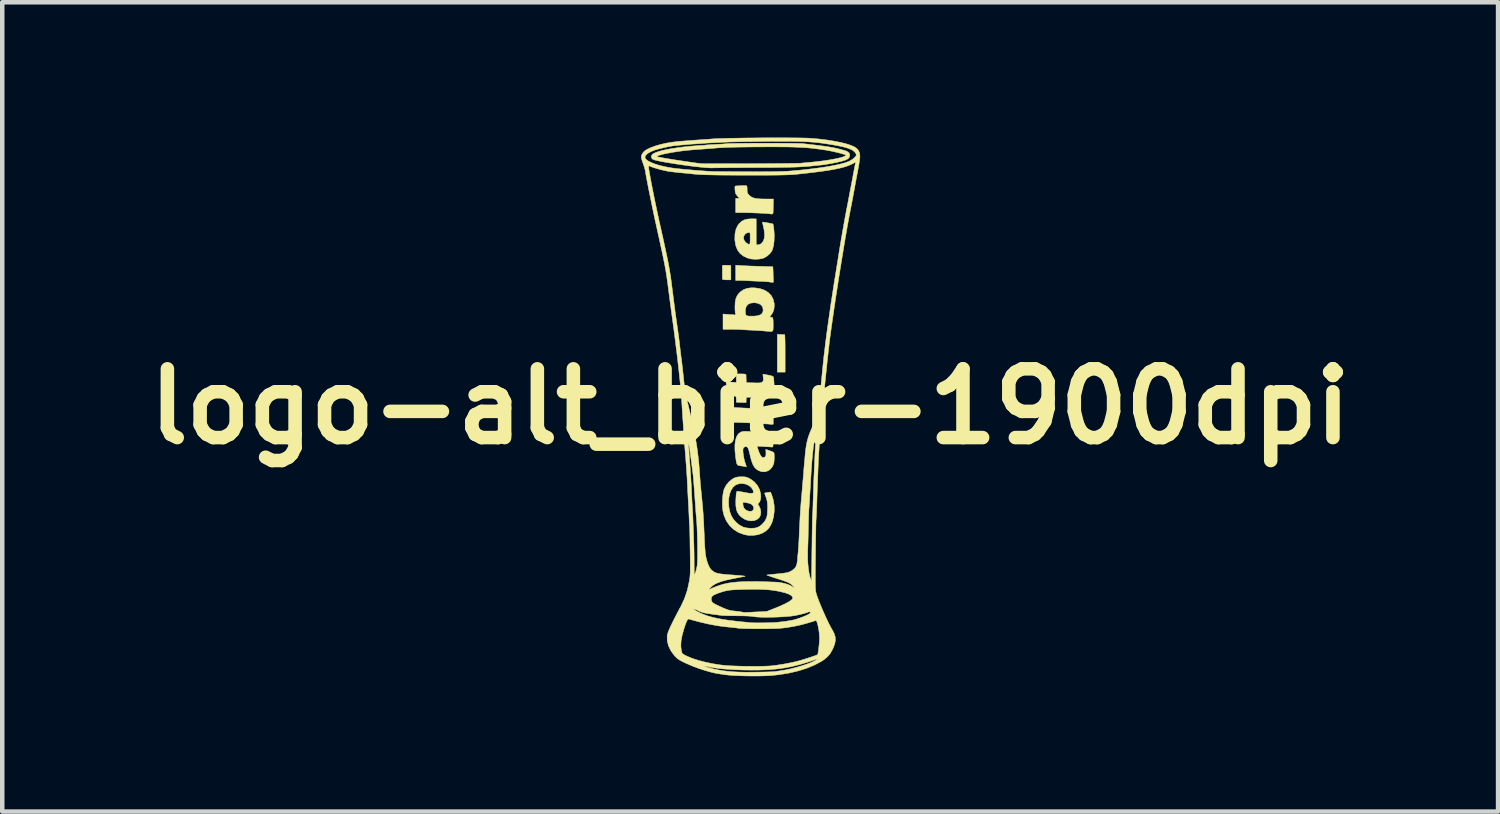
<source format=kicad_pcb>
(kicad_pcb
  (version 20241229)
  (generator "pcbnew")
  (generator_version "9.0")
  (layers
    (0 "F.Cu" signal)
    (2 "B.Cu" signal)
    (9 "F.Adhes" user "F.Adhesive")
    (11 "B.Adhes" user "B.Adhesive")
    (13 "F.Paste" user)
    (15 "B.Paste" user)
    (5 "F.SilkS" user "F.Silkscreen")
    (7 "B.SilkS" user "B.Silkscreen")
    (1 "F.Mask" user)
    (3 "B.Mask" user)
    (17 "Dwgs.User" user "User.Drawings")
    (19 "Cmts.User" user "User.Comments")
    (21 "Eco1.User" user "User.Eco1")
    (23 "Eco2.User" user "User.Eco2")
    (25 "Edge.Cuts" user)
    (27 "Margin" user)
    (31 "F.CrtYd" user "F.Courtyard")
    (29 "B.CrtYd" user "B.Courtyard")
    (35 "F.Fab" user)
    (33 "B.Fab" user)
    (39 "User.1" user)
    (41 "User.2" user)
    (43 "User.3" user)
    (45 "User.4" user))
  (footprint "logo-alt_bier-1900dpi"
    (layer "F.Cu")
    (at 13.578 5.96)
    (property "Reference" "logo-alt_bier-1900dpi" (at 0 0 0) (layer "F.SilkS") (effects (font (size 1.524 1.524) (thickness 0.3))))
    (attr through_hole)
    (fp_poly (pts (xy 0.678 -1.596) (xy 0.722 -1.594) (xy 0.754 -1.593) (xy 0.765 -1.592) (xy 0.768 -1.579) (xy 0.77 -1.542) (xy 0.772 -1.485) (xy 0.774 -1.411) (xy 0.775 -1.324) (xy 0.775 -1.225) (xy 0.775 -1.176) (xy 0.775 -0.762) (xy 0.602 -0.762) (xy 0.602 -1.6) (xy 0.678 -1.596)) (stroke (width 0.01) (type solid)) (fill yes) (layer "F.SilkS"))
    (fp_poly (pts (xy -0.521 -3.13) (xy -0.428 -3.126) (xy -0.428 -2.807) (xy -0.521 -2.807) (xy -0.576 -2.809) (xy -0.607 -2.815) (xy -0.615 -2.824) (xy -0.616 -2.851) (xy -0.616 -2.895) (xy -0.616 -2.949) (xy -0.616 -3.005) (xy -0.616 -3.056) (xy -0.616 -3.096) (xy -0.616 -3.115) (xy -0.611 -3.125) (xy -0.592 -3.131) (xy -0.556 -3.132) (xy -0.521 -3.13)) (stroke (width 0.01) (type solid)) (fill yes) (layer "F.SilkS"))
    (fp_poly (pts (xy -0.197 -3.123) (xy -0.145 -3.12) (xy -0.073 -3.117) (xy 0.014 -3.113) (xy 0.107 -3.11) (xy 0.202 -3.107) (xy 0.214 -3.107) (xy 0.298 -3.104) (xy 0.373 -3.102) (xy 0.435 -3.1) (xy 0.479 -3.098) (xy 0.501 -3.097) (xy 0.503 -3.097) (xy 0.504 -3.083) (xy 0.506 -3.048) (xy 0.508 -2.997) (xy 0.51 -2.934) (xy 0.51 -2.924) (xy 0.516 -2.754) (xy 0.474 -2.754) (xy 0.443 -2.756) (xy 0.426 -2.76) (xy 0.426 -2.76) (xy 0.411 -2.763) (xy 0.374 -2.766) (xy 0.321 -2.77) (xy 0.255 -2.773) (xy 0.22 -2.774) (xy 0.143 -2.778) (xy 0.07 -2.781) (xy 0.008 -2.784) (xy -0.037 -2.787) (xy -0.047 -2.787) (xy -0.095 -2.79) (xy -0.156 -2.792) (xy -0.217 -2.793) (xy -0.321 -2.794) (xy -0.321 -3.132) (xy -0.197 -3.123)) (stroke (width 0.01) (type solid)) (fill yes) (layer "F.SilkS"))
    (fp_poly (pts (xy -0.529 0.011) (xy -0.479 0.014) (xy -0.465 0.015) (xy -0.413 0.019) (xy -0.342 0.023) (xy -0.26 0.028) (xy -0.175 0.032) (xy -0.142 0.034) (xy -0.066 0.037) (xy 0.004 0.041) (xy 0.062 0.044) (xy 0.101 0.047) (xy 0.114 0.048) (xy 0.142 0.05) (xy 0.191 0.052) (xy 0.253 0.053) (xy 0.322 0.055) (xy 0.325 0.055) (xy 0.389 0.057) (xy 0.444 0.06) (xy 0.484 0.064) (xy 0.502 0.069) (xy 0.503 0.07) (xy 0.506 0.087) (xy 0.509 0.126) (xy 0.51 0.18) (xy 0.511 0.238) (xy 0.511 0.394) (xy 0.476 0.396) (xy 0.449 0.395) (xy 0.438 0.393) (xy 0.424 0.391) (xy 0.388 0.388) (xy 0.335 0.385) (xy 0.271 0.382) (xy 0.247 0.381) (xy 0.176 0.377) (xy 0.113 0.373) (xy 0.063 0.37) (xy 0.032 0.367) (xy 0.027 0.367) (xy 0.005 0.365) (xy -0.04 0.362) (xy -0.103 0.36) (xy -0.18 0.357) (xy -0.266 0.354) (xy -0.304 0.353) (xy -0.602 0.343) (xy -0.602 0.18) (xy -0.6 0.101) (xy -0.597 0.047) (xy -0.591 0.016) (xy -0.587 0.011) (xy -0.568 0.01) (xy -0.529 0.011)) (stroke (width 0.01) (type solid)) (fill yes) (layer "F.SilkS"))
    (fp_poly (pts (xy -0.095 -4.894) (xy -0.09 -4.894) (xy -0.077 -4.889) (xy -0.07 -4.873) (xy -0.067 -4.838) (xy -0.067 -4.811) (xy -0.066 -4.764) (xy -0.059 -4.733) (xy -0.043 -4.707) (xy -0.017 -4.679) (xy 0.018 -4.65) (xy 0.058 -4.629) (xy 0.108 -4.614) (xy 0.173 -4.605) (xy 0.256 -4.6) (xy 0.345 -4.599) (xy 0.515 -4.599) (xy 0.512 -4.462) (xy 0.511 -4.401) (xy 0.51 -4.347) (xy 0.509 -4.308) (xy 0.509 -4.295) (xy 0.501 -4.271) (xy 0.477 -4.265) (xy 0.45 -4.267) (xy 0.44 -4.27) (xy 0.425 -4.273) (xy 0.388 -4.276) (xy 0.333 -4.279) (xy 0.264 -4.283) (xy 0.186 -4.287) (xy 0.104 -4.29) (xy 0.021 -4.293) (xy -0.058 -4.296) (xy -0.128 -4.297) (xy -0.184 -4.298) (xy -0.321 -4.298) (xy -0.321 -4.455) (xy -0.321 -4.612) (xy -0.236 -4.612) (xy -0.27 -4.649) (xy -0.298 -4.683) (xy -0.32 -4.715) (xy -0.321 -4.717) (xy -0.329 -4.745) (xy -0.335 -4.784) (xy -0.338 -4.827) (xy -0.338 -4.864) (xy -0.333 -4.885) (xy -0.333 -4.885) (xy -0.318 -4.888) (xy -0.284 -4.89) (xy -0.238 -4.892) (xy -0.186 -4.894) (xy -0.136 -4.894) (xy -0.095 -4.894)) (stroke (width 0.01) (type solid)) (fill yes) (layer "F.SilkS"))
    (fp_poly (pts (xy -0.141 -0.72) (xy -0.106 -0.716) (xy -0.093 -0.707) (xy -0.092 -0.705) (xy -0.091 -0.683) (xy -0.09 -0.645) (xy -0.089 -0.608) (xy -0.087 -0.528) (xy 0.078 -0.524) (xy 0.149 -0.522) (xy 0.198 -0.523) (xy 0.231 -0.526) (xy 0.252 -0.532) (xy 0.267 -0.541) (xy 0.27 -0.544) (xy 0.286 -0.562) (xy 0.292 -0.586) (xy 0.291 -0.624) (xy 0.289 -0.642) (xy 0.282 -0.717) (xy 0.394 -0.697) (xy 0.46 -0.683) (xy 0.5 -0.67) (xy 0.515 -0.656) (xy 0.52 -0.634) (xy 0.524 -0.593) (xy 0.528 -0.538) (xy 0.53 -0.495) (xy 0.533 -0.43) (xy 0.532 -0.384) (xy 0.528 -0.351) (xy 0.52 -0.323) (xy 0.506 -0.294) (xy 0.483 -0.256) (xy 0.459 -0.227) (xy 0.428 -0.208) (xy 0.386 -0.197) (xy 0.329 -0.192) (xy 0.254 -0.192) (xy 0.18 -0.194) (xy 0.107 -0.197) (xy 0.041 -0.2) (xy -0.012 -0.203) (xy -0.046 -0.205) (xy -0.053 -0.205) (xy -0.074 -0.204) (xy -0.084 -0.193) (xy -0.088 -0.164) (xy -0.088 -0.147) (xy -0.09 -0.087) (xy -0.142 -0.087) (xy -0.191 -0.088) (xy -0.244 -0.09) (xy -0.251 -0.091) (xy -0.307 -0.095) (xy -0.307 -0.161) (xy -0.309 -0.202) (xy -0.316 -0.222) (xy -0.33 -0.228) (xy -0.331 -0.228) (xy -0.37 -0.231) (xy -0.412 -0.237) (xy -0.448 -0.244) (xy -0.468 -0.251) (xy -0.469 -0.252) (xy -0.474 -0.267) (xy -0.484 -0.302) (xy -0.495 -0.349) (xy -0.508 -0.402) (xy -0.519 -0.455) (xy -0.529 -0.5) (xy -0.534 -0.53) (xy -0.535 -0.538) (xy -0.522 -0.542) (xy -0.49 -0.543) (xy -0.442 -0.542) (xy -0.421 -0.54) (xy -0.307 -0.532) (xy -0.307 -0.722) (xy -0.201 -0.722) (xy -0.141 -0.72)) (stroke (width 0.01) (type solid)) (fill yes) (layer "F.SilkS"))
    (fp_poly (pts (xy 0.09 -4.159) (xy 0.134 -4.158) (xy 0.134 -3.583) (xy 0.172 -3.583) (xy 0.211 -3.591) (xy 0.244 -3.609) (xy 0.287 -3.659) (xy 0.312 -3.725) (xy 0.319 -3.809) (xy 0.309 -3.912) (xy 0.295 -3.977) (xy 0.284 -4.027) (xy 0.276 -4.065) (xy 0.272 -4.085) (xy 0.273 -4.087) (xy 0.286 -4.087) (xy 0.319 -4.082) (xy 0.363 -4.075) (xy 0.41 -4.067) (xy 0.455 -4.058) (xy 0.488 -4.051) (xy 0.503 -4.047) (xy 0.503 -4.046) (xy 0.511 -4.027) (xy 0.518 -3.986) (xy 0.525 -3.931) (xy 0.53 -3.866) (xy 0.534 -3.799) (xy 0.534 -3.791) (xy 0.531 -3.676) (xy 0.519 -3.573) (xy 0.498 -3.489) (xy 0.481 -3.448) (xy 0.439 -3.39) (xy 0.38 -3.337) (xy 0.313 -3.296) (xy 0.276 -3.282) (xy 0.197 -3.267) (xy 0.108 -3.263) (xy 0.021 -3.27) (xy -0.049 -3.287) (xy -0.147 -3.332) (xy -0.224 -3.392) (xy -0.281 -3.47) (xy -0.319 -3.565) (xy -0.338 -3.679) (xy -0.34 -3.71) (xy -0.34 -3.722) (xy -0.147 -3.722) (xy -0.126 -3.671) (xy -0.102 -3.642) (xy -0.069 -3.614) (xy -0.038 -3.598) (xy -0.028 -3.596) (xy -0.015 -3.598) (xy -0.007 -3.606) (xy -0.003 -3.625) (xy -0.001 -3.66) (xy -0.00001 -3.715) (xy 0 -3.731) (xy -0.000479 -3.793) (xy -0.002 -3.832) (xy -0.006 -3.852) (xy -0.013 -3.859) (xy -0.021 -3.858) (xy -0.052 -3.851) (xy -0.062 -3.85) (xy -0.084 -3.841) (xy -0.112 -3.82) (xy -0.114 -3.817) (xy -0.143 -3.772) (xy -0.147 -3.722) (xy -0.34 -3.722) (xy -0.336 -3.832) (xy -0.312 -3.936) (xy -0.268 -4.023) (xy -0.225 -4.073) (xy -0.177 -4.112) (xy -0.123 -4.139) (xy -0.059 -4.154) (xy 0.021 -4.16) (xy 0.09 -4.159)) (stroke (width 0.01) (type solid)) (fill yes) (layer "F.SilkS"))
    (fp_poly (pts (xy 0.099 -2.63) (xy 0.217 -2.613) (xy 0.318 -2.578) (xy 0.402 -2.526) (xy 0.467 -2.458) (xy 0.511 -2.376) (xy 0.533 -2.282) (xy 0.535 -2.239) (xy 0.527 -2.154) (xy 0.5 -2.081) (xy 0.466 -2.029) (xy 0.444 -1.997) (xy 0.441 -1.98) (xy 0.46 -1.976) (xy 0.477 -1.977) (xy 0.491 -1.975) (xy 0.501 -1.96) (xy 0.507 -1.931) (xy 0.51 -1.882) (xy 0.511 -1.81) (xy 0.511 -1.807) (xy 0.51 -1.744) (xy 0.508 -1.701) (xy 0.499 -1.676) (xy 0.479 -1.664) (xy 0.444 -1.662) (xy 0.39 -1.666) (xy 0.341 -1.671) (xy 0.288 -1.676) (xy 0.217 -1.681) (xy 0.135 -1.686) (xy 0.051 -1.69) (xy 0.027 -1.692) (xy -0.046 -1.695) (xy -0.111 -1.699) (xy -0.161 -1.702) (xy -0.193 -1.704) (xy -0.201 -1.705) (xy -0.221 -1.707) (xy -0.262 -1.708) (xy -0.319 -1.709) (xy -0.387 -1.71) (xy -0.411 -1.71) (xy -0.602 -1.711) (xy -0.602 -2.049) (xy -0.46 -2.039) (xy -0.318 -2.029) (xy -0.328 -2.059) (xy -0.332 -2.085) (xy -0.334 -2.123) (xy -0.107 -2.123) (xy -0.105 -2.067) (xy -0.098 -2.032) (xy -0.08 -2.014) (xy -0.047 -2.005) (xy -0.009 -2.003) (xy 0.096 -2.003) (xy 0.177 -2.014) (xy 0.234 -2.036) (xy 0.253 -2.051) (xy 0.277 -2.085) (xy 0.287 -2.125) (xy 0.287 -2.145) (xy 0.276 -2.205) (xy 0.242 -2.251) (xy 0.188 -2.282) (xy 0.115 -2.298) (xy 0.08 -2.299) (xy 0.005 -2.29) (xy -0.051 -2.262) (xy -0.088 -2.215) (xy -0.106 -2.151) (xy -0.107 -2.123) (xy -0.334 -2.123) (xy -0.335 -2.13) (xy -0.337 -2.187) (xy -0.337 -2.218) (xy -0.332 -2.317) (xy -0.315 -2.398) (xy -0.284 -2.464) (xy -0.237 -2.521) (xy -0.217 -2.541) (xy -0.147 -2.589) (xy -0.067 -2.619) (xy 0.027 -2.631) (xy 0.099 -2.63)) (stroke (width 0.01) (type solid)) (fill yes) (layer "F.SilkS"))
    (fp_poly (pts (xy -0.039 0.553) (xy 0.012 0.555) (xy 0.077 0.559) (xy 0.131 0.563) (xy 0.17 0.566) (xy 0.188 0.569) (xy 0.188 0.569) (xy 0.204 0.571) (xy 0.241 0.573) (xy 0.293 0.575) (xy 0.352 0.577) (xy 0.42 0.579) (xy 0.466 0.582) (xy 0.493 0.586) (xy 0.506 0.593) (xy 0.509 0.601) (xy 0.509 0.622) (xy 0.509 0.664) (xy 0.509 0.719) (xy 0.509 0.762) (xy 0.509 0.825) (xy 0.507 0.866) (xy 0.503 0.889) (xy 0.496 0.899) (xy 0.486 0.9) (xy 0.486 0.9) (xy 0.463 0.898) (xy 0.421 0.895) (xy 0.364 0.892) (xy 0.306 0.888) (xy 0.151 0.879) (xy 0.183 0.978) (xy 0.203 1.03) (xy 0.225 1.076) (xy 0.246 1.107) (xy 0.247 1.109) (xy 0.272 1.13) (xy 0.294 1.133) (xy 0.314 1.126) (xy 0.334 1.113) (xy 0.346 1.093) (xy 0.35 1.06) (xy 0.349 1.008) (xy 0.349 1) (xy 0.346 0.95) (xy 0.43 0.979) (xy 0.475 0.995) (xy 0.509 1.011) (xy 0.525 1.021) (xy 0.531 1.045) (xy 0.534 1.086) (xy 0.534 1.138) (xy 0.532 1.193) (xy 0.527 1.242) (xy 0.521 1.273) (xy 0.493 1.334) (xy 0.449 1.388) (xy 0.401 1.424) (xy 0.329 1.448) (xy 0.256 1.446) (xy 0.191 1.423) (xy 0.143 1.394) (xy 0.104 1.357) (xy 0.071 1.308) (xy 0.043 1.243) (xy 0.017 1.159) (xy -0.006 1.063) (xy -0.019 1.01) (xy -0.032 0.963) (xy -0.042 0.933) (xy -0.066 0.898) (xy -0.097 0.887) (xy -0.132 0.901) (xy -0.136 0.905) (xy -0.15 0.92) (xy -0.158 0.94) (xy -0.16 0.971) (xy -0.157 1.021) (xy -0.157 1.029) (xy -0.148 1.094) (xy -0.134 1.168) (xy -0.116 1.234) (xy -0.082 1.339) (xy -0.111 1.332) (xy -0.141 1.326) (xy -0.185 1.319) (xy -0.212 1.316) (xy -0.246 1.31) (xy -0.27 1.302) (xy -0.287 1.285) (xy -0.3 1.257) (xy -0.309 1.213) (xy -0.319 1.149) (xy -0.324 1.113) (xy -0.338 0.969) (xy -0.338 0.846) (xy -0.324 0.743) (xy -0.298 0.662) (xy -0.258 0.603) (xy -0.205 0.566) (xy -0.178 0.557) (xy -0.145 0.552) (xy -0.1 0.551) (xy -0.039 0.553)) (stroke (width 0.01) (type solid)) (fill yes) (layer "F.SilkS"))
    (fp_poly (pts (xy -0.136 1.559) (xy -0.095 1.564) (xy -0.058 1.576) (xy -0.014 1.597) (xy -0.002 1.603) (xy 0.088 1.667) (xy 0.159 1.748) (xy 0.209 1.843) (xy 0.234 1.945) (xy 0.237 2.006) (xy 0.229 2.063) (xy 0.213 2.111) (xy 0.19 2.14) (xy 0.188 2.141) (xy 0.174 2.153) (xy 0.173 2.166) (xy 0.187 2.19) (xy 0.195 2.202) (xy 0.224 2.265) (xy 0.237 2.336) (xy 0.23 2.403) (xy 0.228 2.412) (xy 0.197 2.468) (xy 0.148 2.507) (xy 0.088 2.53) (xy 0.019 2.536) (xy -0.055 2.525) (xy -0.128 2.497) (xy -0.196 2.451) (xy -0.216 2.434) (xy -0.258 2.386) (xy -0.288 2.334) (xy -0.308 2.273) (xy -0.317 2.199) (xy -0.318 2.165) (xy -0.16 2.165) (xy -0.154 2.208) (xy -0.14 2.248) (xy -0.109 2.284) (xy -0.066 2.31) (xy -0.018 2.324) (xy 0.027 2.322) (xy 0.059 2.305) (xy 0.079 2.269) (xy 0.076 2.228) (xy 0.053 2.189) (xy 0.015 2.16) (xy -0.021 2.147) (xy -0.069 2.135) (xy -0.091 2.131) (xy -0.16 2.122) (xy -0.16 2.165) (xy -0.318 2.165) (xy -0.319 2.106) (xy -0.317 2.054) (xy -0.313 1.991) (xy -0.309 1.938) (xy -0.303 1.9) (xy -0.298 1.884) (xy -0.281 1.881) (xy -0.243 1.884) (xy -0.191 1.892) (xy -0.153 1.899) (xy -0.067 1.916) (xy -0.003 1.924) (xy 0.04 1.925) (xy 0.064 1.917) (xy 0.073 1.899) (xy 0.069 1.872) (xy 0.065 1.859) (xy 0.029 1.8) (xy -0.026 1.754) (xy -0.093 1.722) (xy -0.167 1.708) (xy -0.243 1.711) (xy -0.314 1.735) (xy -0.321 1.739) (xy -0.376 1.785) (xy -0.421 1.851) (xy -0.453 1.933) (xy -0.473 2.026) (xy -0.479 2.127) (xy -0.472 2.231) (xy -0.451 2.334) (xy -0.419 2.421) (xy -0.373 2.498) (xy -0.309 2.57) (xy -0.233 2.631) (xy -0.155 2.672) (xy -0.154 2.673) (xy -0.076 2.692) (xy 0.011 2.7) (xy 0.096 2.696) (xy 0.149 2.685) (xy 0.213 2.654) (xy 0.274 2.603) (xy 0.326 2.539) (xy 0.344 2.508) (xy 0.36 2.472) (xy 0.372 2.435) (xy 0.379 2.39) (xy 0.383 2.33) (xy 0.385 2.296) (xy 0.386 2.195) (xy 0.379 2.112) (xy 0.362 2.039) (xy 0.338 1.975) (xy 0.326 1.943) (xy 0.321 1.922) (xy 0.322 1.92) (xy 0.337 1.915) (xy 0.37 1.909) (xy 0.389 1.906) (xy 0.451 1.897) (xy 0.478 1.961) (xy 0.513 2.072) (xy 0.532 2.193) (xy 0.534 2.318) (xy 0.52 2.44) (xy 0.49 2.553) (xy 0.462 2.617) (xy 0.428 2.675) (xy 0.393 2.719) (xy 0.348 2.759) (xy 0.331 2.772) (xy 0.255 2.815) (xy 0.163 2.844) (xy 0.062 2.858) (xy -0.042 2.856) (xy -0.13 2.84) (xy -0.255 2.794) (xy -0.364 2.726) (xy -0.455 2.64) (xy -0.528 2.536) (xy -0.579 2.417) (xy -0.605 2.311) (xy -0.614 2.228) (xy -0.616 2.134) (xy -0.612 2.038) (xy -0.603 1.947) (xy -0.588 1.869) (xy -0.576 1.83) (xy -0.531 1.744) (xy -0.468 1.668) (xy -0.394 1.608) (xy -0.369 1.594) (xy -0.327 1.575) (xy -0.286 1.564) (xy -0.235 1.559) (xy -0.194 1.558) (xy -0.136 1.559)) (stroke (width 0.01) (type solid)) (fill yes) (layer "F.SilkS"))
    (fp_poly (pts (xy 0.553 -5.836) (xy 0.678 -5.835) (xy 0.795 -5.835) (xy 0.901 -5.834) (xy 0.993 -5.833) (xy 1.069 -5.831) (xy 1.124 -5.83) (xy 1.156 -5.828) (xy 1.342 -5.807) (xy 1.503 -5.788) (xy 1.638 -5.77) (xy 1.751 -5.753) (xy 1.841 -5.737) (xy 1.885 -5.728) (xy 1.986 -5.704) (xy 2.064 -5.683) (xy 2.122 -5.665) (xy 2.161 -5.646) (xy 2.187 -5.626) (xy 2.201 -5.604) (xy 2.206 -5.577) (xy 2.206 -5.568) (xy 2.201 -5.535) (xy 2.184 -5.506) (xy 2.152 -5.481) (xy 2.103 -5.459) (xy 2.034 -5.438) (xy 1.943 -5.416) (xy 1.876 -5.402) (xy 1.799 -5.387) (xy 1.723 -5.374) (xy 1.658 -5.363) (xy 1.608 -5.356) (xy 1.598 -5.355) (xy 1.546 -5.35) (xy 1.481 -5.343) (xy 1.412 -5.336) (xy 1.39 -5.334) (xy 1.319 -5.326) (xy 1.246 -5.32) (xy 1.167 -5.315) (xy 1.082 -5.31) (xy 0.987 -5.306) (xy 0.88 -5.303) (xy 0.759 -5.301) (xy 0.621 -5.299) (xy 0.464 -5.297) (xy 0.286 -5.296) (xy 0.083 -5.296) (xy 0.048 -5.295) (xy -0.1 -5.295) (xy -0.241 -5.294) (xy -0.372 -5.294) (xy -0.491 -5.293) (xy -0.595 -5.292) (xy -0.682 -5.291) (xy -0.75 -5.29) (xy -0.797 -5.29) (xy -0.82 -5.289) (xy -0.821 -5.289) (xy -0.845 -5.288) (xy -0.89 -5.289) (xy -0.947 -5.292) (xy -0.996 -5.295) (xy -1.081 -5.303) (xy -1.182 -5.314) (xy -1.294 -5.327) (xy -1.413 -5.343) (xy -1.535 -5.36) (xy -1.657 -5.378) (xy -1.773 -5.397) (xy -1.88 -5.414) (xy -1.973 -5.431) (xy -2.049 -5.447) (xy -2.103 -5.459) (xy -2.109 -5.461) (xy -2.152 -5.477) (xy -2.176 -5.493) (xy -2.187 -5.516) (xy -2.188 -5.517) (xy -2.189 -5.542) (xy -2.068 -5.542) (xy -2.051 -5.534) (xy -2.027 -5.528) (xy -1.98 -5.519) (xy -1.914 -5.507) (xy -1.833 -5.493) (xy -1.741 -5.478) (xy -1.642 -5.462) (xy -1.539 -5.447) (xy -1.436 -5.431) (xy -1.337 -5.417) (xy -1.246 -5.404) (xy -1.167 -5.393) (xy -1.103 -5.385) (xy -1.076 -5.383) (xy -1.052 -5.382) (xy -1.004 -5.381) (xy -0.935 -5.38) (xy -0.847 -5.38) (xy -0.742 -5.38) (xy -0.624 -5.38) (xy -0.495 -5.38) (xy -0.356 -5.38) (xy -0.212 -5.38) (xy -0.063 -5.381) (xy 0.087 -5.381) (xy 0.236 -5.382) (xy 0.381 -5.383) (xy 0.52 -5.384) (xy 0.65 -5.385) (xy 0.77 -5.386) (xy 0.875 -5.387) (xy 0.965 -5.388) (xy 1.036 -5.389) (xy 1.087 -5.39) (xy 1.113 -5.391) (xy 1.116 -5.392) (xy 1.149 -5.396) (xy 1.198 -5.401) (xy 1.255 -5.406) (xy 1.263 -5.407) (xy 1.391 -5.418) (xy 1.515 -5.432) (xy 1.635 -5.447) (xy 1.747 -5.464) (xy 1.849 -5.482) (xy 1.939 -5.5) (xy 2.013 -5.518) (xy 2.07 -5.536) (xy 2.106 -5.552) (xy 2.12 -5.568) (xy 2.117 -5.575) (xy 2.098 -5.584) (xy 2.058 -5.597) (xy 2.001 -5.613) (xy 1.934 -5.629) (xy 1.86 -5.647) (xy 1.785 -5.663) (xy 1.714 -5.676) (xy 1.652 -5.687) (xy 1.651 -5.687) (xy 1.544 -5.702) (xy 1.445 -5.715) (xy 1.351 -5.726) (xy 1.259 -5.735) (xy 1.164 -5.741) (xy 1.062 -5.746) (xy 0.951 -5.75) (xy 0.825 -5.753) (xy 0.682 -5.754) (xy 0.518 -5.755) (xy 0.441 -5.755) (xy 0.25 -5.754) (xy 0.068 -5.753) (xy -0.104 -5.751) (xy -0.263 -5.749) (xy -0.406 -5.746) (xy -0.532 -5.742) (xy -0.637 -5.737) (xy -0.72 -5.732) (xy -0.769 -5.728) (xy -0.808 -5.724) (xy -0.858 -5.72) (xy -0.922 -5.715) (xy -1.002 -5.709) (xy -1.104 -5.702) (xy -1.203 -5.695) (xy -1.33 -5.684) (xy -1.46 -5.671) (xy -1.589 -5.654) (xy -1.711 -5.635) (xy -1.823 -5.615) (xy -1.921 -5.595) (xy -1.999 -5.574) (xy -2.039 -5.561) (xy -2.065 -5.55) (xy -2.068 -5.542) (xy -2.189 -5.542) (xy -2.189 -5.551) (xy -2.175 -5.58) (xy -2.142 -5.607) (xy -2.088 -5.632) (xy -2.011 -5.657) (xy -1.945 -5.675) (xy -1.847 -5.697) (xy -1.728 -5.718) (xy -1.595 -5.738) (xy -1.454 -5.756) (xy -1.312 -5.77) (xy -1.175 -5.781) (xy -1.143 -5.783) (xy -1.08 -5.787) (xy -1.028 -5.79) (xy -0.991 -5.794) (xy -0.976 -5.796) (xy -0.976 -5.796) (xy -0.961 -5.798) (xy -0.924 -5.8) (xy -0.87 -5.804) (xy -0.803 -5.807) (xy -0.768 -5.809) (xy -0.695 -5.812) (xy -0.629 -5.816) (xy -0.576 -5.82) (xy -0.542 -5.823) (xy -0.535 -5.825) (xy -0.511 -5.827) (xy -0.464 -5.829) (xy -0.396 -5.83) (xy -0.31 -5.832) (xy -0.209 -5.833) (xy -0.095 -5.834) (xy 0.027 -5.835) (xy 0.156 -5.836) (xy 0.289 -5.836) (xy 0.422 -5.836) (xy 0.553 -5.836)) (stroke (width 0.01) (type solid)) (fill yes) (layer "F.SilkS"))
    (fp_poly (pts (xy 0.815 -5.955) (xy 0.95 -5.954) (xy 1.072 -5.953) (xy 1.178 -5.951) (xy 1.264 -5.949) (xy 1.329 -5.946) (xy 1.337 -5.945) (xy 1.516 -5.93) (xy 1.694 -5.908) (xy 1.864 -5.881) (xy 2.019 -5.85) (xy 2.127 -5.823) (xy 2.23 -5.79) (xy 2.31 -5.755) (xy 2.367 -5.715) (xy 2.405 -5.668) (xy 2.426 -5.612) (xy 2.433 -5.544) (xy 2.433 -5.543) (xy 2.43 -5.507) (xy 2.423 -5.45) (xy 2.412 -5.378) (xy 2.398 -5.296) (xy 2.382 -5.209) (xy 2.38 -5.198) (xy 2.362 -5.106) (xy 2.345 -5.013) (xy 2.329 -4.927) (xy 2.315 -4.853) (xy 2.306 -4.799) (xy 2.306 -4.799) (xy 2.296 -4.748) (xy 2.283 -4.676) (xy 2.267 -4.59) (xy 2.249 -4.496) (xy 2.23 -4.4) (xy 2.224 -4.371) (xy 2.199 -4.242) (xy 2.171 -4.089) (xy 2.14 -3.916) (xy 2.107 -3.726) (xy 2.073 -3.523) (xy 2.038 -3.309) (xy 2.002 -3.089) (xy 1.966 -2.865) (xy 1.931 -2.64) (xy 1.897 -2.419) (xy 1.865 -2.203) (xy 1.835 -1.997) (xy 1.807 -1.804) (xy 1.782 -1.626) (xy 1.761 -1.468) (xy 1.758 -1.444) (xy 1.749 -1.365) (xy 1.737 -1.264) (xy 1.724 -1.143) (xy 1.709 -1.006) (xy 1.693 -0.856) (xy 1.677 -0.698) (xy 1.66 -0.534) (xy 1.643 -0.367) (xy 1.627 -0.203) (xy 1.611 -0.043) (xy 1.596 0.108) (xy 1.583 0.247) (xy 1.578 0.307) (xy 1.57 0.399) (xy 1.562 0.485) (xy 1.555 0.562) (xy 1.549 0.623) (xy 1.545 0.665) (xy 1.544 0.675) (xy 1.541 0.719) (xy 1.536 0.78) (xy 1.532 0.846) (xy 1.531 0.869) (xy 1.527 0.94) (xy 1.522 1.016) (xy 1.518 1.082) (xy 1.517 1.096) (xy 1.515 1.147) (xy 1.511 1.217) (xy 1.508 1.296) (xy 1.505 1.378) (xy 1.504 1.397) (xy 1.501 1.486) (xy 1.497 1.582) (xy 1.494 1.675) (xy 1.491 1.753) (xy 1.491 1.758) (xy 1.488 1.825) (xy 1.485 1.91) (xy 1.482 2.007) (xy 1.479 2.106) (xy 1.476 2.186) (xy 1.473 2.271) (xy 1.47 2.35) (xy 1.467 2.417) (xy 1.464 2.468) (xy 1.462 2.498) (xy 1.462 2.5) (xy 1.46 2.522) (xy 1.459 2.568) (xy 1.457 2.635) (xy 1.456 2.722) (xy 1.454 2.825) (xy 1.452 2.942) (xy 1.45 3.07) (xy 1.449 3.207) (xy 1.448 3.309) (xy 1.446 3.471) (xy 1.445 3.609) (xy 1.444 3.724) (xy 1.444 3.82) (xy 1.444 3.898) (xy 1.445 3.961) (xy 1.446 4.011) (xy 1.448 4.05) (xy 1.451 4.081) (xy 1.454 4.105) (xy 1.459 4.126) (xy 1.464 4.145) (xy 1.468 4.158) (xy 1.493 4.233) (xy 1.528 4.325) (xy 1.57 4.427) (xy 1.616 4.535) (xy 1.664 4.642) (xy 1.711 4.744) (xy 1.755 4.834) (xy 1.795 4.908) (xy 1.815 4.943) (xy 1.859 5.026) (xy 1.884 5.102) (xy 1.89 5.178) (xy 1.876 5.257) (xy 1.843 5.347) (xy 1.817 5.401) (xy 1.771 5.48) (xy 1.714 5.546) (xy 1.642 5.607) (xy 1.575 5.652) (xy 1.424 5.732) (xy 1.251 5.803) (xy 1.059 5.863) (xy 0.852 5.911) (xy 0.632 5.946) (xy 0.481 5.962) (xy 0.39 5.968) (xy 0.278 5.972) (xy 0.152 5.974) (xy 0.019 5.974) (xy -0.115 5.972) (xy -0.243 5.968) (xy -0.359 5.963) (xy -0.457 5.956) (xy -0.475 5.954) (xy -0.557 5.945) (xy -0.647 5.932) (xy -0.731 5.919) (xy -0.788 5.908) (xy -0.895 5.882) (xy -1.018 5.846) (xy -1.148 5.803) (xy -1.275 5.755) (xy -1.281 5.753) (xy -1.025 5.753) (xy -1.016 5.759) (xy -0.987 5.77) (xy -0.942 5.783) (xy -0.886 5.798) (xy -0.826 5.814) (xy -0.765 5.827) (xy -0.729 5.835) (xy -0.616 5.855) (xy -0.5 5.869) (xy -0.378 5.88) (xy -0.243 5.887) (xy -0.093 5.89) (xy 0.079 5.889) (xy 0.12 5.888) (xy 0.221 5.887) (xy 0.314 5.885) (xy 0.396 5.883) (xy 0.464 5.881) (xy 0.513 5.878) (xy 0.54 5.877) (xy 0.541 5.876) (xy 0.574 5.871) (xy 0.623 5.864) (xy 0.679 5.856) (xy 0.688 5.855) (xy 0.796 5.837) (xy 0.911 5.812) (xy 1.03 5.781) (xy 1.146 5.747) (xy 1.255 5.711) (xy 1.351 5.674) (xy 1.429 5.638) (xy 1.471 5.615) (xy 1.493 5.599) (xy 1.497 5.593) (xy 1.491 5.595) (xy 1.289 5.663) (xy 1.103 5.719) (xy 0.927 5.763) (xy 0.753 5.796) (xy 0.575 5.82) (xy 0.389 5.835) (xy 0.186 5.842) (xy 0.033 5.843) (xy -0.151 5.841) (xy -0.328 5.835) (xy -0.493 5.825) (xy -0.642 5.813) (xy -0.772 5.797) (xy -0.88 5.778) (xy -0.897 5.775) (xy -0.951 5.763) (xy -0.994 5.756) (xy -1.02 5.752) (xy -1.025 5.753) (xy -1.281 5.753) (xy -1.394 5.705) (xy -1.464 5.673) (xy -1.532 5.638) (xy -1.582 5.609) (xy -1.621 5.58) (xy -1.656 5.547) (xy -1.683 5.517) (xy -1.758 5.414) (xy -1.81 5.306) (xy -1.811 5.304) (xy -1.537 5.304) (xy -1.527 5.399) (xy -1.522 5.423) (xy -1.514 5.453) (xy -1.502 5.474) (xy -1.483 5.491) (xy -1.451 5.51) (xy -1.399 5.535) (xy -1.398 5.536) (xy -1.284 5.583) (xy -1.149 5.627) (xy -0.999 5.666) (xy -0.84 5.7) (xy -0.677 5.726) (xy -0.547 5.741) (xy -0.464 5.747) (xy -0.364 5.751) (xy -0.251 5.755) (xy -0.13 5.758) (xy -0.005 5.759) (xy 0.117 5.76) (xy 0.232 5.759) (xy 0.334 5.756) (xy 0.42 5.753) (xy 0.478 5.748) (xy 0.605 5.732) (xy 0.745 5.71) (xy 0.887 5.683) (xy 1.019 5.654) (xy 1.043 5.648) (xy 1.09 5.635) (xy 1.149 5.618) (xy 1.216 5.597) (xy 1.286 5.575) (xy 1.353 5.553) (xy 1.412 5.533) (xy 1.459 5.516) (xy 1.488 5.505) (xy 1.495 5.501) (xy 1.501 5.483) (xy 1.508 5.445) (xy 1.516 5.391) (xy 1.523 5.329) (xy 1.53 5.263) (xy 1.534 5.2) (xy 1.537 5.145) (xy 1.537 5.127) (xy 1.534 5.063) (xy 1.527 4.994) (xy 1.517 4.925) (xy 1.504 4.861) (xy 1.49 4.806) (xy 1.476 4.766) (xy 1.462 4.746) (xy 1.456 4.745) (xy 1.436 4.75) (xy 1.397 4.763) (xy 1.344 4.779) (xy 1.291 4.795) (xy 1.136 4.838) (xy 0.969 4.874) (xy 0.802 4.902) (xy 0.655 4.918) (xy 0.603 4.921) (xy 0.533 4.923) (xy 0.449 4.925) (xy 0.354 4.926) (xy 0.253 4.926) (xy 0.151 4.926) (xy 0.051 4.926) (xy -0.042 4.924) (xy -0.125 4.923) (xy -0.192 4.92) (xy -0.24 4.918) (xy -0.261 4.915) (xy -0.299 4.909) (xy -0.348 4.903) (xy -0.368 4.901) (xy -0.41 4.897) (xy -0.469 4.891) (xy -0.537 4.884) (xy -0.582 4.879) (xy -0.739 4.857) (xy -0.917 4.824) (xy -1.112 4.779) (xy -1.321 4.723) (xy -1.364 4.71) (xy -1.379 4.716) (xy -1.398 4.742) (xy -1.419 4.79) (xy -1.446 4.862) (xy -1.469 4.933) (xy -1.508 5.073) (xy -1.531 5.196) (xy -1.537 5.304) (xy -1.811 5.304) (xy -1.838 5.196) (xy -1.84 5.086) (xy -1.839 5.075) (xy -1.828 5.03) (xy -1.803 4.963) (xy -1.765 4.876) (xy -1.714 4.771) (xy -1.652 4.648) (xy -1.579 4.509) (xy -1.566 4.485) (xy -1.257 4.485) (xy -1.245 4.499) (xy -1.214 4.521) (xy -1.168 4.547) (xy -1.114 4.574) (xy -1.055 4.6) (xy -1.016 4.616) (xy -0.927 4.647) (xy -0.832 4.673) (xy -0.727 4.697) (xy -0.609 4.719) (xy -0.475 4.739) (xy -0.321 4.758) (xy -0.18 4.773) (xy -0.118 4.779) (xy -0.063 4.785) (xy -0.023 4.789) (xy -0.007 4.792) (xy 0.025 4.794) (xy 0.077 4.795) (xy 0.146 4.796) (xy 0.224 4.796) (xy 0.307 4.795) (xy 0.39 4.794) (xy 0.465 4.792) (xy 0.529 4.789) (xy 0.576 4.786) (xy 0.588 4.785) (xy 0.651 4.778) (xy 0.718 4.77) (xy 0.755 4.766) (xy 0.811 4.758) (xy 0.878 4.747) (xy 0.935 4.737) (xy 0.994 4.723) (xy 1.061 4.702) (xy 1.129 4.678) (xy 1.195 4.653) (xy 1.254 4.627) (xy 1.3 4.603) (xy 1.329 4.584) (xy 1.337 4.573) (xy 1.327 4.554) (xy 1.302 4.551) (xy 1.286 4.557) (xy 1.254 4.57) (xy 1.203 4.585) (xy 1.14 4.602) (xy 1.071 4.618) (xy 1.004 4.632) (xy 0.969 4.638) (xy 0.888 4.649) (xy 0.791 4.657) (xy 0.684 4.664) (xy 0.571 4.669) (xy 0.457 4.672) (xy 0.347 4.673) (xy 0.245 4.671) (xy 0.157 4.667) (xy 0.088 4.66) (xy 0.052 4.654) (xy 0.02 4.65) (xy -0.034 4.646) (xy -0.104 4.643) (xy -0.186 4.641) (xy -0.273 4.64) (xy -0.289 4.64) (xy -0.376 4.639) (xy -0.458 4.638) (xy -0.529 4.637) (xy -0.584 4.635) (xy -0.618 4.633) (xy -0.622 4.633) (xy -0.736 4.618) (xy -0.827 4.606) (xy -0.898 4.596) (xy -0.953 4.587) (xy -0.994 4.58) (xy -1.027 4.573) (xy -1.053 4.566) (xy -1.063 4.563) (xy -1.103 4.549) (xy -1.134 4.537) (xy -1.143 4.532) (xy -1.163 4.52) (xy -1.193 4.506) (xy -1.224 4.494) (xy -1.249 4.486) (xy -1.257 4.485) (xy -1.566 4.485) (xy -1.537 4.432) (xy -1.459 4.265) (xy -0.863 4.265) (xy -0.859 4.295) (xy -0.853 4.318) (xy -0.839 4.338) (xy -0.816 4.359) (xy -0.779 4.381) (xy -0.724 4.408) (xy -0.649 4.443) (xy -0.64 4.447) (xy -0.567 4.479) (xy -0.51 4.501) (xy -0.462 4.516) (xy -0.414 4.526) (xy -0.358 4.533) (xy -0.348 4.534) (xy -0.286 4.54) (xy -0.229 4.548) (xy -0.186 4.555) (xy -0.174 4.558) (xy -0.131 4.564) (xy -0.079 4.565) (xy -0.06 4.564) (xy -0.021 4.562) (xy 0.037 4.559) (xy 0.107 4.555) (xy 0.18 4.552) (xy 0.187 4.552) (xy 0.368 4.543) (xy 0.573 4.462) (xy 0.681 4.417) (xy 0.773 4.374) (xy 0.847 4.334) (xy 0.901 4.299) (xy 0.934 4.27) (xy 0.94 4.258) (xy 0.94 4.225) (xy 0.914 4.192) (xy 0.862 4.162) (xy 0.784 4.133) (xy 0.68 4.107) (xy 0.671 4.104) (xy 0.577 4.086) (xy 0.486 4.072) (xy 0.392 4.062) (xy 0.29 4.056) (xy 0.175 4.052) (xy 0.043 4.052) (xy -0.082 4.054) (xy -0.202 4.057) (xy -0.301 4.06) (xy -0.382 4.065) (xy -0.45 4.071) (xy -0.511 4.081) (xy -0.567 4.093) (xy -0.625 4.11) (xy -0.688 4.131) (xy -0.728 4.145) (xy -0.793 4.172) (xy -0.835 4.199) (xy -0.857 4.228) (xy -0.863 4.265) (xy -1.459 4.265) (xy -1.455 4.257) (xy -1.392 4.069) (xy -1.349 3.87) (xy -1.342 3.83) (xy -1.337 3.791) (xy -1.333 3.75) (xy -1.33 3.703) (xy -1.328 3.648) (xy -1.328 3.581) (xy -1.328 3.498) (xy -1.328 3.397) (xy -1.33 3.275) (xy -1.331 3.202) (xy -1.333 3.085) (xy -1.334 2.975) (xy -1.336 2.875) (xy -1.338 2.789) (xy -1.34 2.719) (xy -1.342 2.669) (xy -1.343 2.643) (xy -1.343 2.64) (xy -1.346 2.613) (xy -1.349 2.564) (xy -1.352 2.501) (xy -1.355 2.43) (xy -1.356 2.406) (xy -1.36 2.328) (xy -1.363 2.251) (xy -1.367 2.183) (xy -1.37 2.133) (xy -1.37 2.126) (xy -1.373 2.076) (xy -1.377 2.009) (xy -1.381 1.935) (xy -1.384 1.878) (xy -1.388 1.776) (xy -1.393 1.68) (xy -1.398 1.587) (xy -1.404 1.491) (xy -1.411 1.39) (xy -1.419 1.28) (xy -1.428 1.158) (xy -1.439 1.019) (xy -1.452 0.859) (xy -1.456 0.816) (xy -1.373 0.816) (xy -1.371 0.842) (xy -1.366 0.88) (xy -1.362 0.933) (xy -1.357 0.983) (xy -1.342 1.188) (xy -1.329 1.367) (xy -1.319 1.522) (xy -1.311 1.652) (xy -1.305 1.761) (xy -1.304 1.785) (xy -1.3 1.887) (xy -1.295 1.985) (xy -1.29 2.085) (xy -1.284 2.195) (xy -1.277 2.313) (xy -1.275 2.347) (xy -1.273 2.388) (xy -1.271 2.436) (xy -1.268 2.496) (xy -1.265 2.569) (xy -1.262 2.659) (xy -1.258 2.768) (xy -1.253 2.899) (xy -1.25 3.001) (xy -1.247 3.082) (xy -1.245 3.18) (xy -1.243 3.288) (xy -1.242 3.395) (xy -1.242 3.476) (xy -1.24 3.75) (xy -1.215 3.685) (xy -1.2 3.638) (xy -1.185 3.578) (xy -1.174 3.518) (xy -1.171 3.474) (xy -1.168 3.408) (xy -1.166 3.323) (xy -1.166 3.225) (xy -1.167 3.118) (xy -1.168 3.005) (xy -1.171 2.892) (xy -1.174 2.782) (xy -1.178 2.68) (xy -1.183 2.59) (xy -1.188 2.516) (xy -1.188 2.513) (xy -1.195 2.438) (xy -1.202 2.357) (xy -1.207 2.284) (xy -1.209 2.259) (xy -1.221 2.09) (xy -1.231 1.946) (xy -1.24 1.824) (xy -1.248 1.722) (xy -1.254 1.639) (xy -1.26 1.573) (xy -1.265 1.52) (xy -1.27 1.48) (xy -1.27 1.477) (xy -1.291 1.319) (xy -1.308 1.185) (xy -1.323 1.075) (xy -1.335 0.987) (xy -1.345 0.919) (xy -1.353 0.871) (xy -1.36 0.84) (xy -1.364 0.826) (xy -1.372 0.81) (xy -1.373 0.816) (xy -1.456 0.816) (xy -1.463 0.722) (xy -1.467 0.675) (xy -1.471 0.612) (xy -1.475 0.544) (xy -1.477 0.515) (xy -1.481 0.447) (xy -1.485 0.381) (xy -1.489 0.326) (xy -1.491 0.307) (xy -1.498 0.21) (xy -1.505 0.09) (xy -1.513 -0.044) (xy -1.518 -0.127) (xy -1.524 -0.22) (xy -1.533 -0.336) (xy -1.546 -0.472) (xy -1.562 -0.625) (xy -1.58 -0.793) (xy -1.6 -0.971) (xy -1.622 -1.158) (xy -1.646 -1.349) (xy -1.67 -1.542) (xy -1.695 -1.734) (xy -1.718 -1.898) (xy -1.735 -2.023) (xy -1.753 -2.157) (xy -1.772 -2.295) (xy -1.789 -2.428) (xy -1.805 -2.549) (xy -1.818 -2.647) (xy -1.828 -2.729) (xy -1.839 -2.804) (xy -1.849 -2.877) (xy -1.86 -2.948) (xy -1.872 -3.021) (xy -1.886 -3.098) (xy -1.902 -3.182) (xy -1.921 -3.275) (xy -1.943 -3.381) (xy -1.969 -3.502) (xy -1.999 -3.64) (xy -2.034 -3.799) (xy -2.074 -3.98) (xy -2.085 -4.031) (xy -2.108 -4.132) (xy -2.132 -4.245) (xy -2.157 -4.365) (xy -2.183 -4.489) (xy -2.208 -4.614) (xy -2.233 -4.735) (xy -2.256 -4.85) (xy -2.276 -4.955) (xy -2.294 -5.047) (xy -2.308 -5.122) (xy -2.317 -5.176) (xy -2.32 -5.2) (xy -2.33 -5.247) (xy -2.346 -5.307) (xy -2.349 -5.316) (xy -2.253 -5.316) (xy -2.248 -5.276) (xy -2.239 -5.215) (xy -2.225 -5.135) (xy -2.208 -5.039) (xy -2.187 -4.929) (xy -2.163 -4.807) (xy -2.137 -4.677) (xy -2.109 -4.54) (xy -2.079 -4.398) (xy -2.049 -4.255) (xy -2.018 -4.112) (xy -1.987 -3.973) (xy -1.978 -3.937) (xy -1.953 -3.822) (xy -1.925 -3.697) (xy -1.897 -3.569) (xy -1.871 -3.447) (xy -1.848 -3.339) (xy -1.838 -3.289) (xy -1.819 -3.197) (xy -1.804 -3.115) (xy -1.79 -3.037) (xy -1.777 -2.959) (xy -1.764 -2.877) (xy -1.751 -2.785) (xy -1.737 -2.678) (xy -1.721 -2.553) (xy -1.711 -2.473) (xy -1.695 -2.345) (xy -1.679 -2.224) (xy -1.663 -2.102) (xy -1.645 -1.971) (xy -1.624 -1.826) (xy -1.612 -1.745) (xy -1.6 -1.656) (xy -1.587 -1.564) (xy -1.576 -1.477) (xy -1.567 -1.404) (xy -1.564 -1.377) (xy -1.555 -1.297) (xy -1.544 -1.206) (xy -1.534 -1.121) (xy -1.531 -1.096) (xy -1.522 -1.032) (xy -1.515 -0.977) (xy -1.509 -0.925) (xy -1.502 -0.871) (xy -1.496 -0.809) (xy -1.488 -0.736) (xy -1.478 -0.644) (xy -1.471 -0.575) (xy -1.457 -0.456) (xy -1.441 -0.345) (xy -1.42 -0.234) (xy -1.393 -0.112) (xy -1.379 -0.053) (xy -1.327 0.161) (xy -1.283 0.354) (xy -1.246 0.53) (xy -1.215 0.694) (xy -1.188 0.85) (xy -1.166 1.002) (xy -1.148 1.155) (xy -1.133 1.313) (xy -1.12 1.48) (xy -1.117 1.531) (xy -1.111 1.612) (xy -1.106 1.686) (xy -1.099 1.76) (xy -1.091 1.843) (xy -1.081 1.941) (xy -1.076 1.992) (xy -1.057 2.187) (xy -1.042 2.371) (xy -1.031 2.556) (xy -1.023 2.734) (xy -1.017 2.874) (xy -1.012 2.99) (xy -1.007 3.086) (xy -1.001 3.164) (xy -0.996 3.229) (xy -0.99 3.282) (xy -0.982 3.327) (xy -0.974 3.368) (xy -0.963 3.407) (xy -0.953 3.442) (xy -0.923 3.525) (xy -0.889 3.587) (xy -0.848 3.633) (xy -0.798 3.669) (xy -0.766 3.684) (xy -0.726 3.697) (xy -0.673 3.708) (xy -0.604 3.717) (xy -0.516 3.726) (xy -0.406 3.734) (xy -0.374 3.736) (xy -0.297 3.742) (xy -0.228 3.747) (xy -0.171 3.753) (xy -0.13 3.758) (xy -0.111 3.762) (xy -0.11 3.762) (xy -0.121 3.766) (xy -0.154 3.773) (xy -0.203 3.782) (xy -0.264 3.794) (xy -0.271 3.795) (xy -0.412 3.823) (xy -0.529 3.849) (xy -0.625 3.875) (xy -0.703 3.902) (xy -0.767 3.93) (xy -0.818 3.962) (xy -0.848 3.985) (xy -0.885 4.021) (xy -0.905 4.044) (xy -0.905 4.054) (xy -0.887 4.049) (xy -0.866 4.038) (xy -0.835 4.023) (xy -0.786 4.003) (xy -0.727 3.981) (xy -0.68 3.964) (xy -0.589 3.937) (xy -0.493 3.916) (xy -0.387 3.9) (xy -0.27 3.889) (xy -0.136 3.882) (xy 0.016 3.88) (xy 0.192 3.881) (xy 0.214 3.882) (xy 0.313 3.884) (xy 0.406 3.887) (xy 0.489 3.89) (xy 0.559 3.892) (xy 0.61 3.895) (xy 0.635 3.897) (xy 0.713 3.911) (xy 0.791 3.93) (xy 0.86 3.954) (xy 0.914 3.98) (xy 0.93 3.99) (xy 0.961 4.011) (xy 0.974 4.014) (xy 0.971 4.003) (xy 0.951 3.98) (xy 0.922 3.953) (xy 0.9 3.935) (xy 0.877 3.919) (xy 0.851 3.905) (xy 0.817 3.89) (xy 0.772 3.873) (xy 0.711 3.852) (xy 0.632 3.826) (xy 0.555 3.802) (xy 0.488 3.78) (xy 0.433 3.761) (xy 0.392 3.746) (xy 0.37 3.737) (xy 0.368 3.735) (xy 0.385 3.732) (xy 0.424 3.728) (xy 0.48 3.722) (xy 0.548 3.715) (xy 0.598 3.71) (xy 0.689 3.701) (xy 0.758 3.693) (xy 0.811 3.684) (xy 0.851 3.673) (xy 0.885 3.66) (xy 0.916 3.643) (xy 0.939 3.627) (xy 0.985 3.59) (xy 1.015 3.547) (xy 1.035 3.493) (xy 1.046 3.422) (xy 1.049 3.396) (xy 1.053 3.336) (xy 1.054 3.327) (xy 1.274 3.327) (xy 1.278 3.457) (xy 1.289 3.58) (xy 1.305 3.69) (xy 1.326 3.777) (xy 1.34 3.82) (xy 1.351 3.848) (xy 1.357 3.858) (xy 1.358 3.857) (xy 1.359 3.841) (xy 1.36 3.801) (xy 1.361 3.74) (xy 1.362 3.66) (xy 1.364 3.562) (xy 1.365 3.451) (xy 1.367 3.329) (xy 1.368 3.197) (xy 1.369 3.148) (xy 1.371 3.013) (xy 1.372 2.886) (xy 1.374 2.768) (xy 1.376 2.664) (xy 1.377 2.574) (xy 1.379 2.502) (xy 1.38 2.451) (xy 1.381 2.423) (xy 1.382 2.42) (xy 1.384 2.397) (xy 1.386 2.352) (xy 1.389 2.289) (xy 1.392 2.212) (xy 1.394 2.125) (xy 1.396 2.079) (xy 1.399 1.981) (xy 1.402 1.883) (xy 1.405 1.791) (xy 1.407 1.712) (xy 1.41 1.651) (xy 1.41 1.638) (xy 1.413 1.568) (xy 1.417 1.484) (xy 1.421 1.396) (xy 1.424 1.33) (xy 1.43 1.186) (xy 1.437 1.05) (xy 1.443 0.924) (xy 1.45 0.813) (xy 1.456 0.719) (xy 1.461 0.647) (xy 1.464 0.615) (xy 1.466 0.591) (xy 1.463 0.59) (xy 1.456 0.613) (xy 1.445 0.655) (xy 1.424 0.755) (xy 1.404 0.88) (xy 1.386 1.03) (xy 1.37 1.204) (xy 1.355 1.4) (xy 1.343 1.611) (xy 1.34 1.681) (xy 1.336 1.751) (xy 1.332 1.811) (xy 1.33 1.838) (xy 1.327 1.886) (xy 1.323 1.951) (xy 1.319 2.023) (xy 1.317 2.065) (xy 1.313 2.13) (xy 1.309 2.188) (xy 1.306 2.233) (xy 1.304 2.253) (xy 1.302 2.276) (xy 1.3 2.323) (xy 1.298 2.388) (xy 1.295 2.468) (xy 1.293 2.559) (xy 1.291 2.654) (xy 1.288 2.761) (xy 1.286 2.871) (xy 1.283 2.977) (xy 1.28 3.073) (xy 1.277 3.153) (xy 1.276 3.195) (xy 1.274 3.327) (xy 1.054 3.327) (xy 1.058 3.282) (xy 1.062 3.241) (xy 1.063 3.235) (xy 1.067 3.19) (xy 1.072 3.119) (xy 1.078 3.026) (xy 1.084 2.913) (xy 1.089 2.787) (xy 1.095 2.655) (xy 1.101 2.543) (xy 1.106 2.446) (xy 1.111 2.357) (xy 1.117 2.27) (xy 1.124 2.179) (xy 1.132 2.077) (xy 1.143 1.959) (xy 1.144 1.945) (xy 1.153 1.842) (xy 1.161 1.742) (xy 1.169 1.65) (xy 1.176 1.571) (xy 1.181 1.509) (xy 1.184 1.471) (xy 1.188 1.413) (xy 1.193 1.357) (xy 1.196 1.317) (xy 1.2 1.275) (xy 1.205 1.219) (xy 1.21 1.17) (xy 1.221 1.043) (xy 1.233 0.938) (xy 1.247 0.849) (xy 1.263 0.769) (xy 1.284 0.693) (xy 1.31 0.616) (xy 1.344 0.532) (xy 1.386 0.436) (xy 1.396 0.414) (xy 1.508 0.167) (xy 1.571 -0.473) (xy 1.583 -0.602) (xy 1.595 -0.724) (xy 1.606 -0.835) (xy 1.616 -0.933) (xy 1.625 -1.016) (xy 1.631 -1.08) (xy 1.636 -1.123) (xy 1.638 -1.142) (xy 1.638 -1.142) (xy 1.641 -1.165) (xy 1.647 -1.209) (xy 1.654 -1.268) (xy 1.662 -1.336) (xy 1.664 -1.357) (xy 1.677 -1.46) (xy 1.693 -1.586) (xy 1.713 -1.73) (xy 1.735 -1.888) (xy 1.759 -2.057) (xy 1.784 -2.232) (xy 1.811 -2.409) (xy 1.838 -2.584) (xy 1.864 -2.753) (xy 1.89 -2.912) (xy 1.892 -2.928) (xy 1.908 -3.024) (xy 1.926 -3.138) (xy 1.947 -3.264) (xy 1.967 -3.393) (xy 1.987 -3.517) (xy 1.999 -3.589) (xy 2.019 -3.708) (xy 2.042 -3.844) (xy 2.068 -3.99) (xy 2.094 -4.136) (xy 2.12 -4.274) (xy 2.138 -4.371) (xy 2.162 -4.492) (xy 2.186 -4.621) (xy 2.211 -4.752) (xy 2.235 -4.878) (xy 2.257 -4.991) (xy 2.273 -5.078) (xy 2.289 -5.165) (xy 2.304 -5.244) (xy 2.317 -5.311) (xy 2.327 -5.361) (xy 2.334 -5.391) (xy 2.336 -5.397) (xy 2.339 -5.409) (xy 2.336 -5.412) (xy 2.321 -5.407) (xy 2.291 -5.392) (xy 2.253 -5.372) (xy 2.185 -5.342) (xy 2.102 -5.313) (xy 2 -5.286) (xy 1.88 -5.26) (xy 1.738 -5.235) (xy 1.574 -5.211) (xy 1.386 -5.187) (xy 1.203 -5.166) (xy 1.151 -5.16) (xy 1.099 -5.155) (xy 1.09 -5.154) (xy 1.037 -5.148) (xy 0.983 -5.143) (xy 0.925 -5.139) (xy 0.861 -5.136) (xy 0.789 -5.133) (xy 0.706 -5.131) (xy 0.609 -5.129) (xy 0.496 -5.128) (xy 0.365 -5.127) (xy 0.213 -5.127) (xy 0.037 -5.127) (xy -0.027 -5.127) (xy -0.251 -5.127) (xy -0.449 -5.128) (xy -0.624 -5.129) (xy -0.777 -5.131) (xy -0.908 -5.134) (xy -1.02 -5.137) (xy -1.113 -5.141) (xy -1.19 -5.146) (xy -1.252 -5.152) (xy -1.27 -5.154) (xy -1.299 -5.157) (xy -1.349 -5.162) (xy -1.414 -5.169) (xy -1.489 -5.176) (xy -1.533 -5.18) (xy -1.614 -5.188) (xy -1.691 -5.197) (xy -1.759 -5.205) (xy -1.81 -5.212) (xy -1.827 -5.215) (xy -1.889 -5.228) (xy -1.96 -5.244) (xy -2.034 -5.264) (xy -2.103 -5.284) (xy -2.161 -5.302) (xy -2.2 -5.317) (xy -2.202 -5.318) (xy -2.232 -5.33) (xy -2.251 -5.333) (xy -2.252 -5.332) (xy -2.253 -5.316) (xy -2.349 -5.316) (xy -2.367 -5.371) (xy -2.376 -5.393) (xy -2.399 -5.459) (xy -2.411 -5.507) (xy -2.412 -5.531) (xy -2.331 -5.531) (xy -2.327 -5.504) (xy -2.303 -5.472) (xy -2.255 -5.438) (xy -2.187 -5.405) (xy -2.102 -5.372) (xy -2.003 -5.342) (xy -1.892 -5.316) (xy -1.775 -5.293) (xy -1.652 -5.276) (xy -1.644 -5.275) (xy -1.564 -5.267) (xy -1.468 -5.257) (xy -1.362 -5.248) (xy -1.252 -5.238) (xy -1.143 -5.229) (xy -1.04 -5.222) (xy -0.951 -5.215) (xy -0.88 -5.211) (xy -0.856 -5.21) (xy -0.826 -5.209) (xy -0.772 -5.208) (xy -0.697 -5.207) (xy -0.604 -5.207) (xy -0.496 -5.206) (xy -0.374 -5.205) (xy -0.243 -5.204) (xy -0.106 -5.204) (xy -0.04 -5.204) (xy 0.148 -5.203) (xy 0.311 -5.204) (xy 0.452 -5.205) (xy 0.573 -5.206) (xy 0.677 -5.209) (xy 0.766 -5.212) (xy 0.842 -5.216) (xy 0.908 -5.221) (xy 0.909 -5.221) (xy 1.139 -5.242) (xy 1.352 -5.266) (xy 1.546 -5.291) (xy 1.719 -5.317) (xy 1.872 -5.345) (xy 2.001 -5.374) (xy 2.107 -5.403) (xy 2.188 -5.433) (xy 2.209 -5.443) (xy 2.256 -5.471) (xy 2.3 -5.505) (xy 2.333 -5.538) (xy 2.351 -5.566) (xy 2.353 -5.574) (xy 2.342 -5.609) (xy 2.312 -5.646) (xy 2.27 -5.68) (xy 2.248 -5.693) (xy 2.174 -5.723) (xy 2.074 -5.752) (xy 1.947 -5.78) (xy 1.794 -5.807) (xy 1.615 -5.834) (xy 1.497 -5.849) (xy 1.403 -5.858) (xy 1.292 -5.866) (xy 1.163 -5.872) (xy 1.014 -5.876) (xy 0.843 -5.878) (xy 0.65 -5.878) (xy 0.433 -5.877) (xy 0.305 -5.876) (xy 0.168 -5.874) (xy 0.037 -5.872) (xy -0.085 -5.871) (xy -0.197 -5.869) (xy -0.294 -5.867) (xy -0.374 -5.865) (xy -0.434 -5.864) (xy -0.47 -5.863) (xy -0.475 -5.863) (xy -0.523 -5.86) (xy -0.591 -5.857) (xy -0.668 -5.853) (xy -0.748 -5.85) (xy -0.762 -5.849) (xy -0.836 -5.846) (xy -0.905 -5.842) (xy -0.963 -5.839) (xy -1.002 -5.836) (xy -1.009 -5.835) (xy -1.046 -5.832) (xy -1.101 -5.828) (xy -1.164 -5.824) (xy -1.196 -5.822) (xy -1.304 -5.815) (xy -1.429 -5.804) (xy -1.565 -5.792) (xy -1.676 -5.781) (xy -1.732 -5.773) (xy -1.806 -5.76) (xy -1.889 -5.742) (xy -1.972 -5.723) (xy -2.048 -5.703) (xy -2.107 -5.686) (xy -2.116 -5.683) (xy -2.205 -5.647) (xy -2.271 -5.609) (xy -2.313 -5.57) (xy -2.331 -5.531) (xy -2.412 -5.531) (xy -2.412 -5.546) (xy -2.401 -5.583) (xy -2.379 -5.622) (xy -2.342 -5.662) (xy -2.282 -5.701) (xy -2.202 -5.738) (xy -2.105 -5.774) (xy -1.995 -5.806) (xy -1.874 -5.834) (xy -1.747 -5.856) (xy -1.617 -5.872) (xy -1.591 -5.875) (xy -1.424 -5.888) (xy -1.281 -5.899) (xy -1.159 -5.908) (xy -1.055 -5.915) (xy -1.043 -5.916) (xy -0.979 -5.92) (xy -0.92 -5.924) (xy -0.874 -5.928) (xy -0.856 -5.93) (xy -0.807 -5.933) (xy -0.735 -5.937) (xy -0.642 -5.94) (xy -0.531 -5.943) (xy -0.404 -5.946) (xy -0.265 -5.948) (xy -0.117 -5.951) (xy 0.039 -5.952) (xy 0.198 -5.954) (xy 0.358 -5.955) (xy 0.516 -5.955) (xy 0.669 -5.955) (xy 0.815 -5.955)) (stroke (width 0.01) (type solid)) (fill yes) (layer "F.SilkS")))
  (gr_rect
    (start -3 -3)
    (end 30.156 14.939)
    (stroke (width 0.1) (type default))
    (fill no)
    (layer "Edge.Cuts")))
</source>
